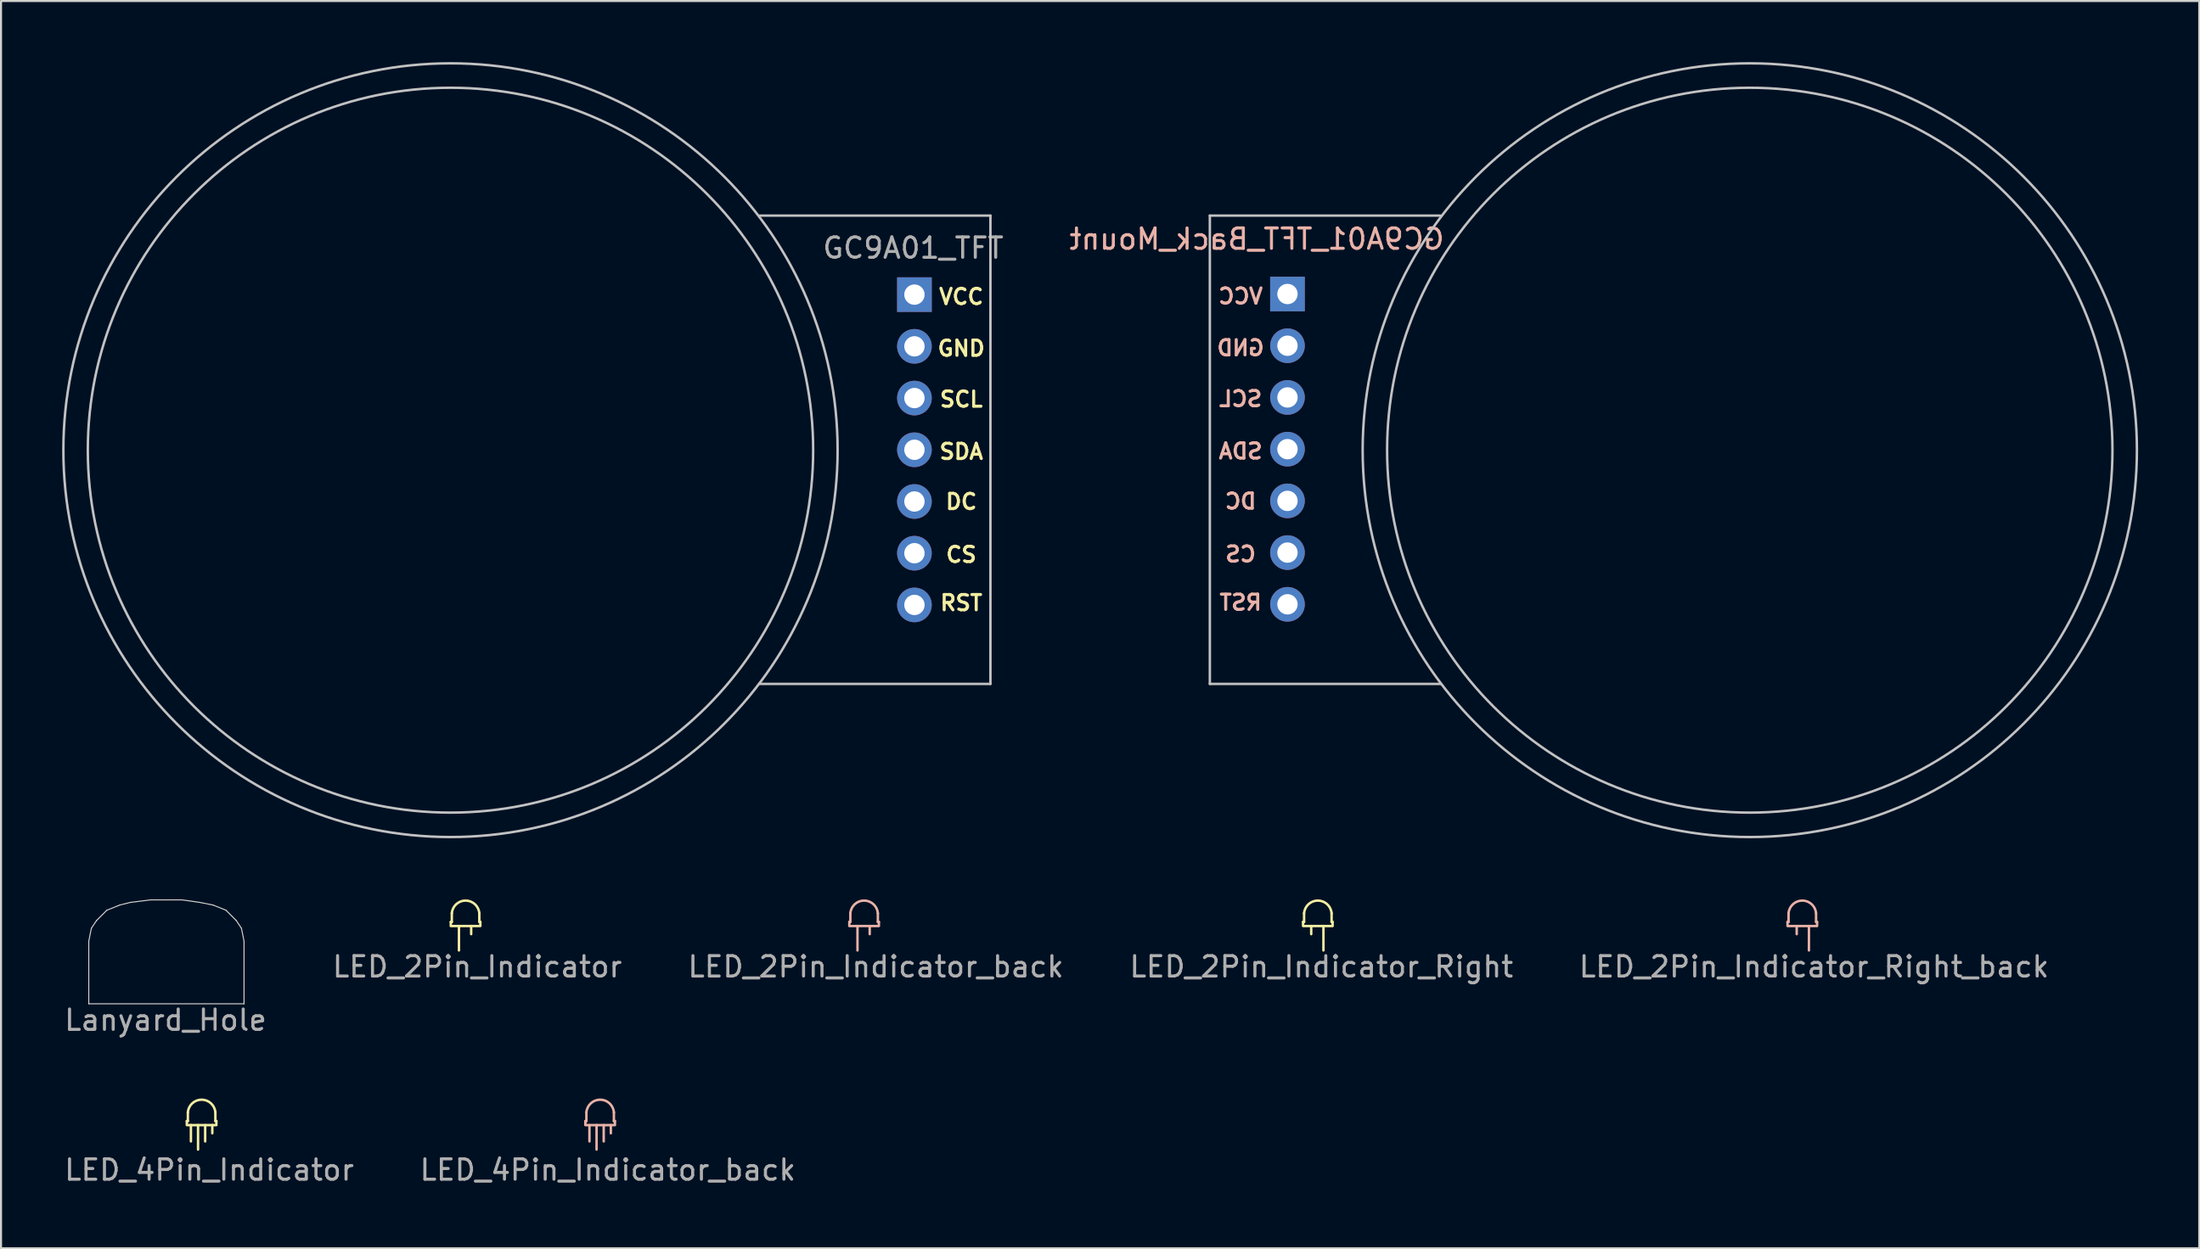
<source format=kicad_pcb>
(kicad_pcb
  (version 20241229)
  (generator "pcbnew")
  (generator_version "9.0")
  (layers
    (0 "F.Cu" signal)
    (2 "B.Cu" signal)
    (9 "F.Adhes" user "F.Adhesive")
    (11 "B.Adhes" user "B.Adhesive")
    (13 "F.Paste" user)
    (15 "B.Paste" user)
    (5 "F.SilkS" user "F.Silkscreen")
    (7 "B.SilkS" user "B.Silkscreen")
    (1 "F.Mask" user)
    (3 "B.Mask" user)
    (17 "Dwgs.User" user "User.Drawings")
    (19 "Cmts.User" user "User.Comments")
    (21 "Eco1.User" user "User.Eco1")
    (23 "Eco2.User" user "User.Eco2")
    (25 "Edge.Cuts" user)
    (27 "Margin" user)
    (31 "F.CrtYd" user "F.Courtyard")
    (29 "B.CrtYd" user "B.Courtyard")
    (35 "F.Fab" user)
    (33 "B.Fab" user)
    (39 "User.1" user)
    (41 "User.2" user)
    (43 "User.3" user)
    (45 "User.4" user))
  (footprint "LED_2Pin_Indicator_back"
    (layer "F.Cu")
    (at 39.335 42.23)
    (property "Reference" "LED_2Pin_Indicator_back" (at 0.6 2.2 0) (unlocked yes) (layer "F.Fab") (effects (font (size 1 1) (thickness 0.15))))
    (fp_line (start -0.7 0.2) (end -0.7 0) (stroke (width 0.12) (type solid)) (layer "B.SilkS"))
    (fp_line (start -0.65 0) (end -0.7 0) (stroke (width 0.12) (type solid)) (layer "B.SilkS"))
    (fp_line (start -0.65 0) (end -0.65 -0.427) (stroke (width 0.12) (type solid)) (layer "B.SilkS"))
    (fp_line (start -0.65 0.2) (end 0.7 0.2) (stroke (width 0.12) (type solid)) (layer "B.SilkS"))
    (fp_line (start -0.3 1.4) (end -0.3 0.2) (stroke (width 0.12) (type solid)) (layer "B.SilkS"))
    (fp_line (start 0.3 0.2) (end 0.3 0.6) (stroke (width 0.12) (type solid)) (layer "B.SilkS"))
    (fp_line (start 0.7 0) (end 0.7 -0.427) (stroke (width 0.12) (type solid)) (layer "B.SilkS"))
    (fp_line (start 0.75 0) (end 0.7 0) (stroke (width 0.12) (type solid)) (layer "B.SilkS"))
    (fp_line (start 0.75 0.2) (end 0.75 0) (stroke (width 0.12) (type solid)) (layer "B.SilkS"))
    (fp_arc (start -0.65 -0.427128) (mid 0.025 -1.05) (end 0.7 -0.427128) (stroke (width 0.12) (type solid)) (layer "B.SilkS")))
  (footprint "GC9A01_TFT"
    (layer "F.Cu")
    (at 41.83 11.42)
    (property "Reference" "GC9A01_TFT" (at -0.06 -2.29 0) (layer "F.Fab") (effects (font (size 1 1) (thickness 0.15))))
    (attr through_hole)
    (fp_line (start 3.73 -3.88) (end -7.59 -3.88) (stroke (width 0.12) (type solid)) (layer "Dwgs.User"))
    (fp_line (start 3.73 19.12) (end -7.59 19.12) (stroke (width 0.12) (type solid)) (layer "Dwgs.User"))
    (fp_line (start 3.73 19.12) (end 3.73 -3.88) (stroke (width 0.12) (type solid)) (layer "Dwgs.User"))
    (fp_circle (center -22.77 7.64) (end -41.77 7.64) (stroke (width 0.12) (type solid)) (fill no) (layer "Dwgs.User"))
    (fp_circle (center -22.77 7.64) (end -40.57 7.64) (stroke (width 0.12) (type solid)) (fill no) (layer "Dwgs.User"))
    (fp_text user "VCC" (at 2.3 0.1 0) (layer "F.SilkS") (effects (font (size 0.75 0.75) (thickness 0.15))))
    (fp_text user "CS" (at 2.3 12.77 0) (layer "F.SilkS") (effects (font (size 0.75 0.75) (thickness 0.15))))
    (fp_text user "SCL" (at 2.3 5.14 0) (layer "F.SilkS") (effects (font (size 0.75 0.75) (thickness 0.15))))
    (fp_text user "SDA" (at 2.3 7.71 0) (layer "F.SilkS") (effects (font (size 0.75 0.75) (thickness 0.15))))
    (fp_text user "DC" (at 2.3 10.17 0) (layer "F.SilkS") (effects (font (size 0.75 0.75) (thickness 0.15))))
    (fp_text user "RST" (at 2.3 15.14 0) (layer "F.SilkS") (effects (font (size 0.75 0.75) (thickness 0.15))))
    (fp_text user "GND" (at 2.3 2.64 0) (layer "F.SilkS") (effects (font (size 0.75 0.75) (thickness 0.15))))
    (pad "1" thru_hole rect (at 0 0) (size 1.7 1.7) (drill 1) (layers "*.Cu" "*.Mask"))
    (pad "2" thru_hole oval (at 0 2.54) (size 1.7 1.7) (drill 1) (layers "*.Cu" "*.Mask"))
    (pad "3" thru_hole oval (at 0 5.08) (size 1.7 1.7) (drill 1) (layers "*.Cu" "*.Mask"))
    (pad "4" thru_hole oval (at 0 7.62) (size 1.7 1.7) (drill 1) (layers "*.Cu" "*.Mask"))
    (pad "5" thru_hole oval (at 0 10.16) (size 1.7 1.7) (drill 1) (layers "*.Cu" "*.Mask"))
    (pad "6" thru_hole oval (at 0 12.7) (size 1.7 1.7) (drill 1) (layers "*.Cu" "*.Mask"))
    (pad "7" thru_hole oval (at 0 15.24) (size 1.7 1.7) (drill 1) (layers "*.Cu" "*.Mask")))
  (footprint "LED_4Pin_Indicator"
    (layer "F.Cu")
    (at 6.82 52.009)
    (property "Reference" "LED_4Pin_Indicator" (at 0.4 2.4 0) (unlocked yes) (layer "F.Fab") (effects (font (size 1 1) (thickness 0.15))))
    (fp_line (start -0.7 0.2) (end -0.7 0) (stroke (width 0.12) (type solid)) (layer "F.SilkS"))
    (fp_line (start -0.65 0) (end -0.7 0) (stroke (width 0.12) (type solid)) (layer "F.SilkS"))
    (fp_line (start -0.65 0) (end -0.65 -0.427) (stroke (width 0.12) (type solid)) (layer "F.SilkS"))
    (fp_line (start -0.65 0.2) (end 0.7 0.2) (stroke (width 0.12) (type solid)) (layer "F.SilkS"))
    (fp_line (start -0.5 0.2) (end -0.5 1) (stroke (width 0.12) (type solid)) (layer "F.SilkS"))
    (fp_line (start -0.15 1.4) (end -0.15 0.2) (stroke (width 0.12) (type solid)) (layer "F.SilkS"))
    (fp_line (start 0.2 1) (end 0.2 0.2) (stroke (width 0.12) (type solid)) (layer "F.SilkS"))
    (fp_line (start 0.55 0.2) (end 0.55 0.6) (stroke (width 0.12) (type solid)) (layer "F.SilkS"))
    (fp_line (start 0.7 0) (end 0.7 -0.427) (stroke (width 0.12) (type solid)) (layer "F.SilkS"))
    (fp_line (start 0.75 0) (end 0.7 0) (stroke (width 0.12) (type solid)) (layer "F.SilkS"))
    (fp_line (start 0.75 0.2) (end 0.75 0) (stroke (width 0.12) (type solid)) (layer "F.SilkS"))
    (fp_arc (start -0.65 -0.427128) (mid 0.025 -1.05) (end 0.7 -0.427128) (stroke (width 0.12) (type solid)) (layer "F.SilkS")))
  (footprint "LED_4Pin_Indicator_back"
    (layer "F.Cu")
    (at 26.38 52.009)
    (property "Reference" "LED_4Pin_Indicator_back" (at 0.4 2.4 0) (unlocked yes) (layer "F.Fab") (effects (font (size 1 1) (thickness 0.15))))
    (fp_line (start -0.7 0.2) (end -0.7 0) (stroke (width 0.12) (type solid)) (layer "B.SilkS"))
    (fp_line (start -0.65 0) (end -0.7 0) (stroke (width 0.12) (type solid)) (layer "B.SilkS"))
    (fp_line (start -0.65 0) (end -0.65 -0.427) (stroke (width 0.12) (type solid)) (layer "B.SilkS"))
    (fp_line (start -0.65 0.2) (end 0.7 0.2) (stroke (width 0.12) (type solid)) (layer "B.SilkS"))
    (fp_line (start -0.5 0.2) (end -0.5 1) (stroke (width 0.12) (type solid)) (layer "B.SilkS"))
    (fp_line (start -0.15 1.4) (end -0.15 0.2) (stroke (width 0.12) (type solid)) (layer "B.SilkS"))
    (fp_line (start 0.2 1) (end 0.2 0.2) (stroke (width 0.12) (type solid)) (layer "B.SilkS"))
    (fp_line (start 0.55 0.2) (end 0.55 0.6) (stroke (width 0.12) (type solid)) (layer "B.SilkS"))
    (fp_line (start 0.7 0) (end 0.7 -0.427) (stroke (width 0.12) (type solid)) (layer "B.SilkS"))
    (fp_line (start 0.75 0) (end 0.7 0) (stroke (width 0.12) (type solid)) (layer "B.SilkS"))
    (fp_line (start 0.75 0.2) (end 0.75 0) (stroke (width 0.12) (type solid)) (layer "B.SilkS"))
    (fp_arc (start -0.65 -0.427128) (mid 0.025 -1.05) (end 0.7 -0.427128) (stroke (width 0.12) (type solid)) (layer "B.SilkS")))
  (footprint "Lanyard_Hole"
    (layer "F.Cu")
    (at 5.138 43.961)
    (property "Reference" "Lanyard_Hole" (at -0.061 3.089 0) (unlocked yes) (layer "F.Fab") (effects (font (size 1 1) (thickness 0.15))))
    (fp_line (start -3.831 -0.784) (end -3.704 -1.419) (stroke (width 0.05) (type solid)) (layer "Edge.Cuts"))
    (fp_line (start -3.831 2.289) (end -3.831 -0.784) (stroke (width 0.05) (type solid)) (layer "Edge.Cuts"))
    (fp_line (start -3.704 -1.419) (end -3.45 -1.8) (stroke (width 0.05) (type solid)) (layer "Edge.Cuts"))
    (fp_line (start -3.45 -1.8) (end -2.942 -2.308) (stroke (width 0.05) (type solid)) (layer "Edge.Cuts"))
    (fp_line (start -2.942 -2.308) (end -2.307 -2.562) (stroke (width 0.05) (type solid)) (layer "Edge.Cuts"))
    (fp_line (start -2.307 -2.562) (end -1.799 -2.689) (stroke (width 0.05) (type solid)) (layer "Edge.Cuts"))
    (fp_line (start -1.799 -2.689) (end -0.783 -2.816) (stroke (width 0.05) (type solid)) (layer "Edge.Cuts"))
    (fp_line (start -0.021 -2.816) (end -0.783 -2.816) (stroke (width 0.05) (type solid)) (layer "Edge.Cuts"))
    (fp_line (start -0.021 -2.816) (end 0.741 -2.816) (stroke (width 0.05) (type solid)) (layer "Edge.Cuts"))
    (fp_line (start 0.741 -2.816) (end 1.63 -2.689) (stroke (width 0.05) (type solid)) (layer "Edge.Cuts"))
    (fp_line (start 1.63 -2.689) (end 2.265 -2.562) (stroke (width 0.05) (type solid)) (layer "Edge.Cuts"))
    (fp_line (start 2.265 -2.562) (end 2.9 -2.308) (stroke (width 0.05) (type solid)) (layer "Edge.Cuts"))
    (fp_line (start 2.9 -2.308) (end 3.408 -1.8) (stroke (width 0.05) (type solid)) (layer "Edge.Cuts"))
    (fp_line (start 3.408 -1.8) (end 3.662 -1.419) (stroke (width 0.05) (type solid)) (layer "Edge.Cuts"))
    (fp_line (start 3.662 -1.419) (end 3.789 -0.784) (stroke (width 0.05) (type solid)) (layer "Edge.Cuts"))
    (fp_line (start 3.789 2.289) (end -3.831 2.289) (stroke (width 0.05) (type solid)) (layer "Edge.Cuts"))
    (fp_line (start 3.789 2.289) (end 3.789 -0.784) (stroke (width 0.05) (type solid)) (layer "Edge.Cuts")))
  (footprint "LED_2Pin_Indicator_Right"
    (layer "F.Cu")
    (at 61.604 42.23)
    (property "Reference" "LED_2Pin_Indicator_Right" (at 0.2 2.2 0) (unlocked yes) (layer "F.Fab") (effects (font (size 1 1) (thickness 0.15))))
    (fp_line (start -0.7 0.2) (end -0.7 0) (stroke (width 0.12) (type solid)) (layer "F.SilkS"))
    (fp_line (start -0.65 0) (end -0.7 0) (stroke (width 0.12) (type solid)) (layer "F.SilkS"))
    (fp_line (start -0.65 0) (end -0.65 -0.427) (stroke (width 0.12) (type solid)) (layer "F.SilkS"))
    (fp_line (start -0.65 0.2) (end 0.7 0.2) (stroke (width 0.12) (type solid)) (layer "F.SilkS"))
    (fp_line (start -0.3 0.2) (end -0.3 0.6) (stroke (width 0.12) (type solid)) (layer "F.SilkS"))
    (fp_line (start 0.3 1.4) (end 0.3 0.2) (stroke (width 0.12) (type solid)) (layer "F.SilkS"))
    (fp_line (start 0.7 0) (end 0.7 -0.427) (stroke (width 0.12) (type solid)) (layer "F.SilkS"))
    (fp_line (start 0.75 0) (end 0.7 0) (stroke (width 0.12) (type solid)) (layer "F.SilkS"))
    (fp_line (start 0.75 0.2) (end 0.75 0) (stroke (width 0.12) (type solid)) (layer "F.SilkS"))
    (fp_arc (start -0.65 -0.427128) (mid 0.025 -1.05) (end 0.7 -0.427128) (stroke (width 0.12) (type solid)) (layer "F.SilkS")))
  (footprint "LED_2Pin_Indicator_Right_back"
    (layer "F.Cu")
    (at 85.382 42.23)
    (property "Reference" "LED_2Pin_Indicator_Right_back" (at 0.6 2.2 0) (unlocked yes) (layer "F.Fab") (effects (font (size 1 1) (thickness 0.15))))
    (fp_line (start -0.7 0) (end -0.65 0) (stroke (width 0.12) (type solid)) (layer "B.SilkS"))
    (fp_line (start -0.7 0.2) (end -0.7 0) (stroke (width 0.12) (type solid)) (layer "B.SilkS"))
    (fp_line (start -0.65 0) (end -0.65 -0.427) (stroke (width 0.12) (type solid)) (layer "B.SilkS"))
    (fp_line (start -0.25 0.2) (end -0.25 0.6) (stroke (width 0.12) (type solid)) (layer "B.SilkS"))
    (fp_line (start 0.35 1.4) (end 0.35 0.2) (stroke (width 0.12) (type solid)) (layer "B.SilkS"))
    (fp_line (start 0.7 0) (end 0.7 -0.427) (stroke (width 0.12) (type solid)) (layer "B.SilkS"))
    (fp_line (start 0.7 0) (end 0.75 0) (stroke (width 0.12) (type solid)) (layer "B.SilkS"))
    (fp_line (start 0.7 0.2) (end -0.65 0.2) (stroke (width 0.12) (type solid)) (layer "B.SilkS"))
    (fp_line (start 0.75 0.2) (end 0.75 0) (stroke (width 0.12) (type solid)) (layer "B.SilkS"))
    (fp_arc (start -0.65 -0.427128) (mid 0.025 -1.05) (end 0.7 -0.427128) (stroke (width 0.12) (type solid)) (layer "B.SilkS")))
  (footprint "LED_2Pin_Indicator"
    (layer "F.Cu")
    (at 19.775 42.23)
    (property "Reference" "LED_2Pin_Indicator" (at 0.6 2.2 0) (unlocked yes) (layer "F.Fab") (effects (font (size 1 1) (thickness 0.15))))
    (fp_line (start -0.7 0.2) (end -0.7 0) (stroke (width 0.12) (type solid)) (layer "F.SilkS"))
    (fp_line (start -0.65 0) (end -0.7 0) (stroke (width 0.12) (type solid)) (layer "F.SilkS"))
    (fp_line (start -0.65 0) (end -0.65 -0.427) (stroke (width 0.12) (type solid)) (layer "F.SilkS"))
    (fp_line (start -0.65 0.2) (end 0.7 0.2) (stroke (width 0.12) (type solid)) (layer "F.SilkS"))
    (fp_line (start -0.3 1.4) (end -0.3 0.2) (stroke (width 0.12) (type solid)) (layer "F.SilkS"))
    (fp_line (start 0.3 0.2) (end 0.3 0.6) (stroke (width 0.12) (type solid)) (layer "F.SilkS"))
    (fp_line (start 0.7 0) (end 0.7 -0.427) (stroke (width 0.12) (type solid)) (layer "F.SilkS"))
    (fp_line (start 0.75 0) (end 0.7 0) (stroke (width 0.12) (type solid)) (layer "F.SilkS"))
    (fp_line (start 0.75 0.2) (end 0.75 0) (stroke (width 0.12) (type solid)) (layer "F.SilkS"))
    (fp_arc (start -0.65 -0.427128) (mid 0.025 -1.05) (end 0.7 -0.427128) (stroke (width 0.12) (type solid)) (layer "F.SilkS")))
  (footprint "GC9A01_TFT_Back_Mount"
    (layer "F.Cu")
    (at 60.139 11.39)
    (property "Reference" "GC9A01_TFT_Back_Mount" (at -1.5 -2.7 0) (layer "B.SilkS") (effects (font (size 1 1) (thickness 0.15)) (justify mirror)))
    (attr through_hole)
    (fp_line (start -3.81 -3.85) (end 7.51 -3.85) (stroke (width 0.12) (type solid)) (layer "Dwgs.User"))
    (fp_line (start -3.81 19.15) (end -3.81 -3.85) (stroke (width 0.12) (type solid)) (layer "Dwgs.User"))
    (fp_line (start -3.81 19.15) (end 7.51 19.15) (stroke (width 0.12) (type solid)) (layer "Dwgs.User"))
    (fp_circle (center 22.69 7.67) (end 40.49 7.67) (stroke (width 0.12) (type solid)) (fill no) (layer "Dwgs.User"))
    (fp_circle (center 22.69 7.67) (end 41.69 7.67) (stroke (width 0.12) (type solid)) (fill no) (layer "Dwgs.User"))
    (fp_text user "RST" (at -2.3 15.15 0) (layer "B.SilkS") (effects (font (size 0.75 0.75) (thickness 0.15)) (justify mirror)))
    (fp_text user "SCL" (at -2.3 5.15 0) (layer "B.SilkS") (effects (font (size 0.75 0.75) (thickness 0.15)) (justify mirror)))
    (fp_text user "GND" (at -2.3 2.65 0) (layer "B.SilkS") (effects (font (size 0.75 0.75) (thickness 0.15)) (justify mirror)))
    (fp_text user "SDA" (at -2.3 7.72 0) (layer "B.SilkS") (effects (font (size 0.75 0.75) (thickness 0.15)) (justify mirror)))
    (fp_text user "DC" (at -2.3 10.18 0) (layer "B.SilkS") (effects (font (size 0.75 0.75) (thickness 0.15)) (justify mirror)))
    (fp_text user "CS" (at -2.3 12.78 0) (layer "B.SilkS") (effects (font (size 0.75 0.75) (thickness 0.15)) (justify mirror)))
    (fp_text user "VCC" (at -2.3 0.11 0) (layer "B.SilkS") (effects (font (size 0.75 0.75) (thickness 0.15)) (justify mirror)))
    (pad "1" thru_hole rect (at 0 0) (size 1.7 1.7) (drill 1) (layers "*.Cu" "*.Mask"))
    (pad "2" thru_hole oval (at 0 2.54) (size 1.7 1.7) (drill 1) (layers "*.Cu" "*.Mask"))
    (pad "3" thru_hole oval (at 0 5.08) (size 1.7 1.7) (drill 1) (layers "*.Cu" "*.Mask"))
    (pad "4" thru_hole oval (at 0 7.62) (size 1.7 1.7) (drill 1) (layers "*.Cu" "*.Mask"))
    (pad "5" thru_hole oval (at 0 10.16) (size 1.7 1.7) (drill 1) (layers "*.Cu" "*.Mask"))
    (pad "6" thru_hole oval (at 0 12.7) (size 1.7 1.7) (drill 1) (layers "*.Cu" "*.Mask"))
    (pad "7" thru_hole oval (at 0 15.24) (size 1.7 1.7) (drill 1) (layers "*.Cu" "*.Mask")))
  (gr_rect
    (start -3 -3)
    (end 104.889 58.257)
    (stroke (width 0.1) (type default))
    (fill no)
    (layer "Edge.Cuts")))
</source>
